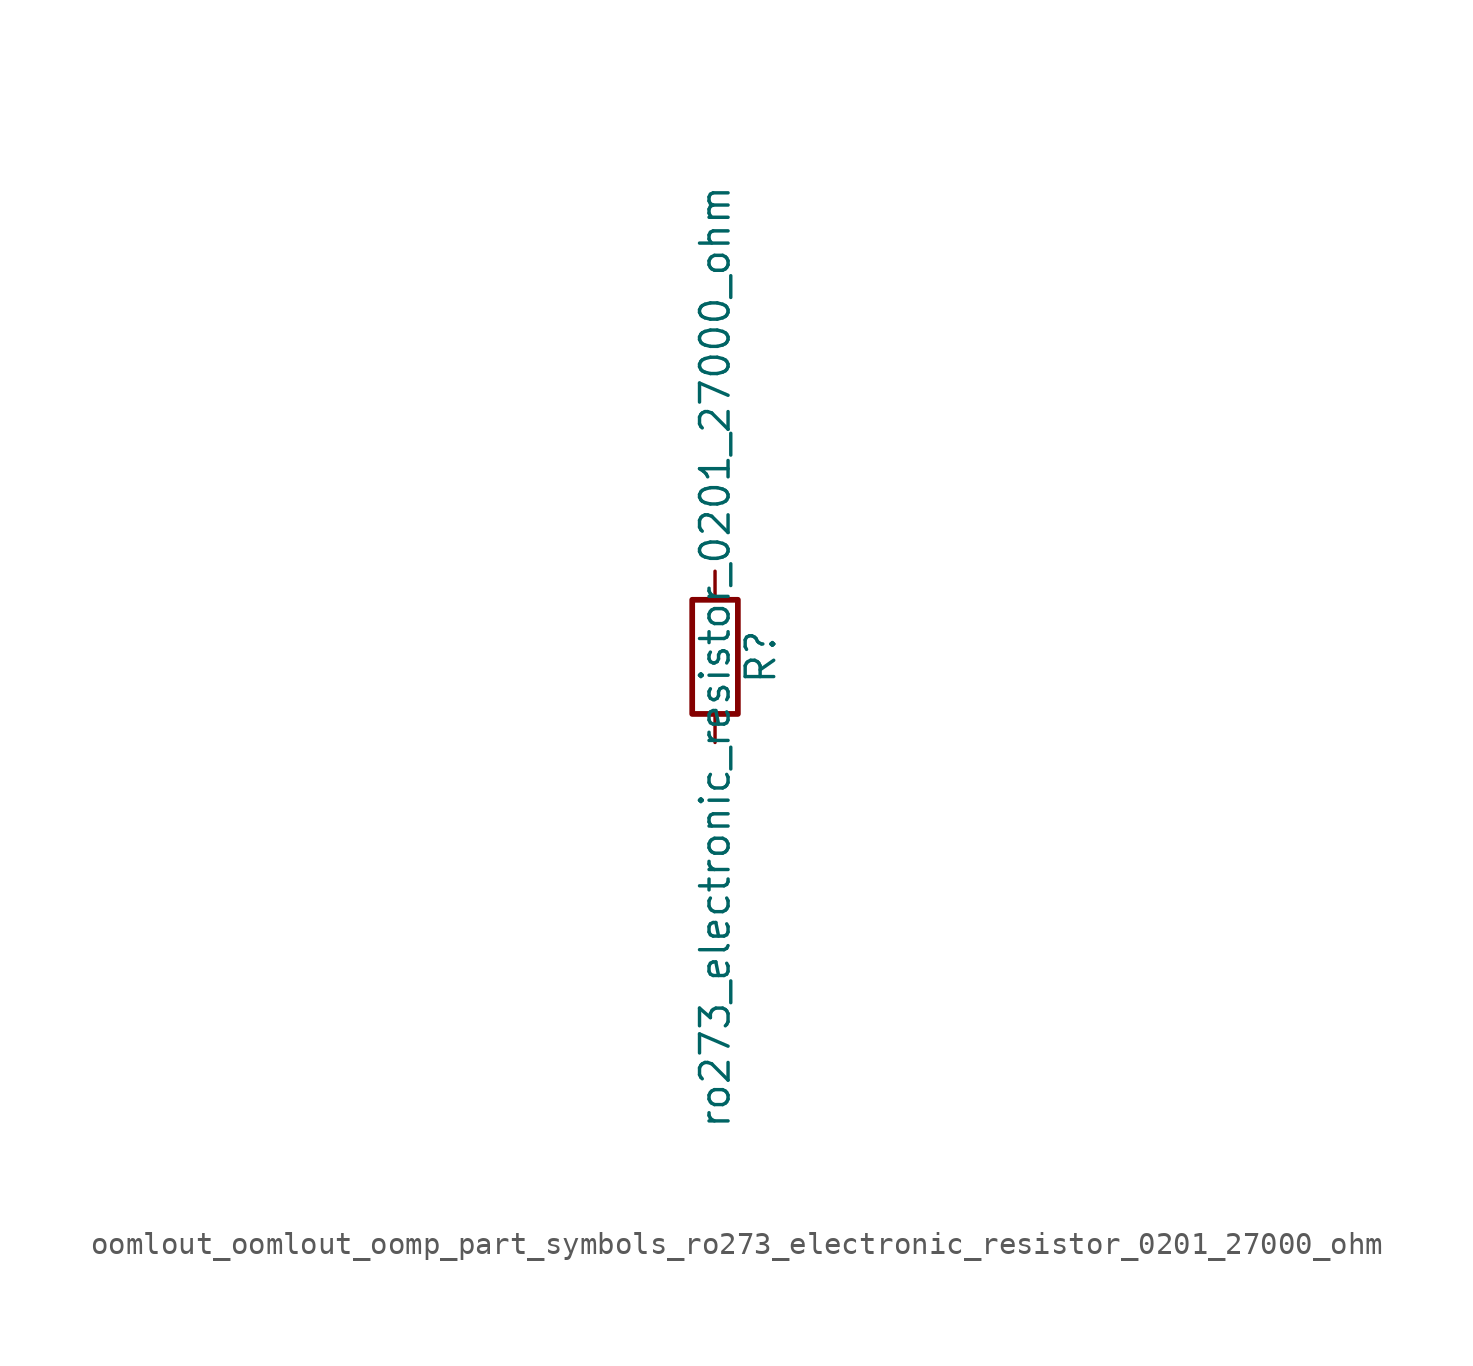
<source format=kicad_sym>
(kicad_symbol_lib
  (version 20220914)
  (generator kicad_symbol_editor)
  (symbol "oomlout_oomlout_oomp_part_symbols_ro273_electronic_resistor_0201_27000_ohm"
    (pin_numbers hide)
    (pin_names
      (offset 0))
    (property "Reference" "R"
      (at 2.032 0 90)
      (effects (font (size 1.27 1.27))))
    (property "Value" "ro273_electronic_resistor_0201_27000_ohm"
      (at 0 0 90)
      (effects (font (size 1.27 1.27))))
    (symbol "oomlout_oomlout_oomp_part_symbols_ro273_electronic_resistor_0201_27000_ohm_0_1"
      (rectangle (start -1.016 -2.54) (end 1.016 2.54) (stroke (width 0.254) (type default)) (fill (type none))))
    (symbol "oomlout_oomlout_oomp_part_symbols_ro273_electronic_resistor_0201_27000_ohm_1_1"
      (pin passive line (at 0 3.81 270) (length 1.27) (name "~" (effects (font (size 1.27 1.27)))) (number "1" (effects (font (size 1.27 1.27)))))
      (pin passive line (at 0 -3.81 90) (length 1.27) (name "~" (effects (font (size 1.27 1.27)))) (number "2" (effects (font (size 1.27 1.27))))))))
</source>
